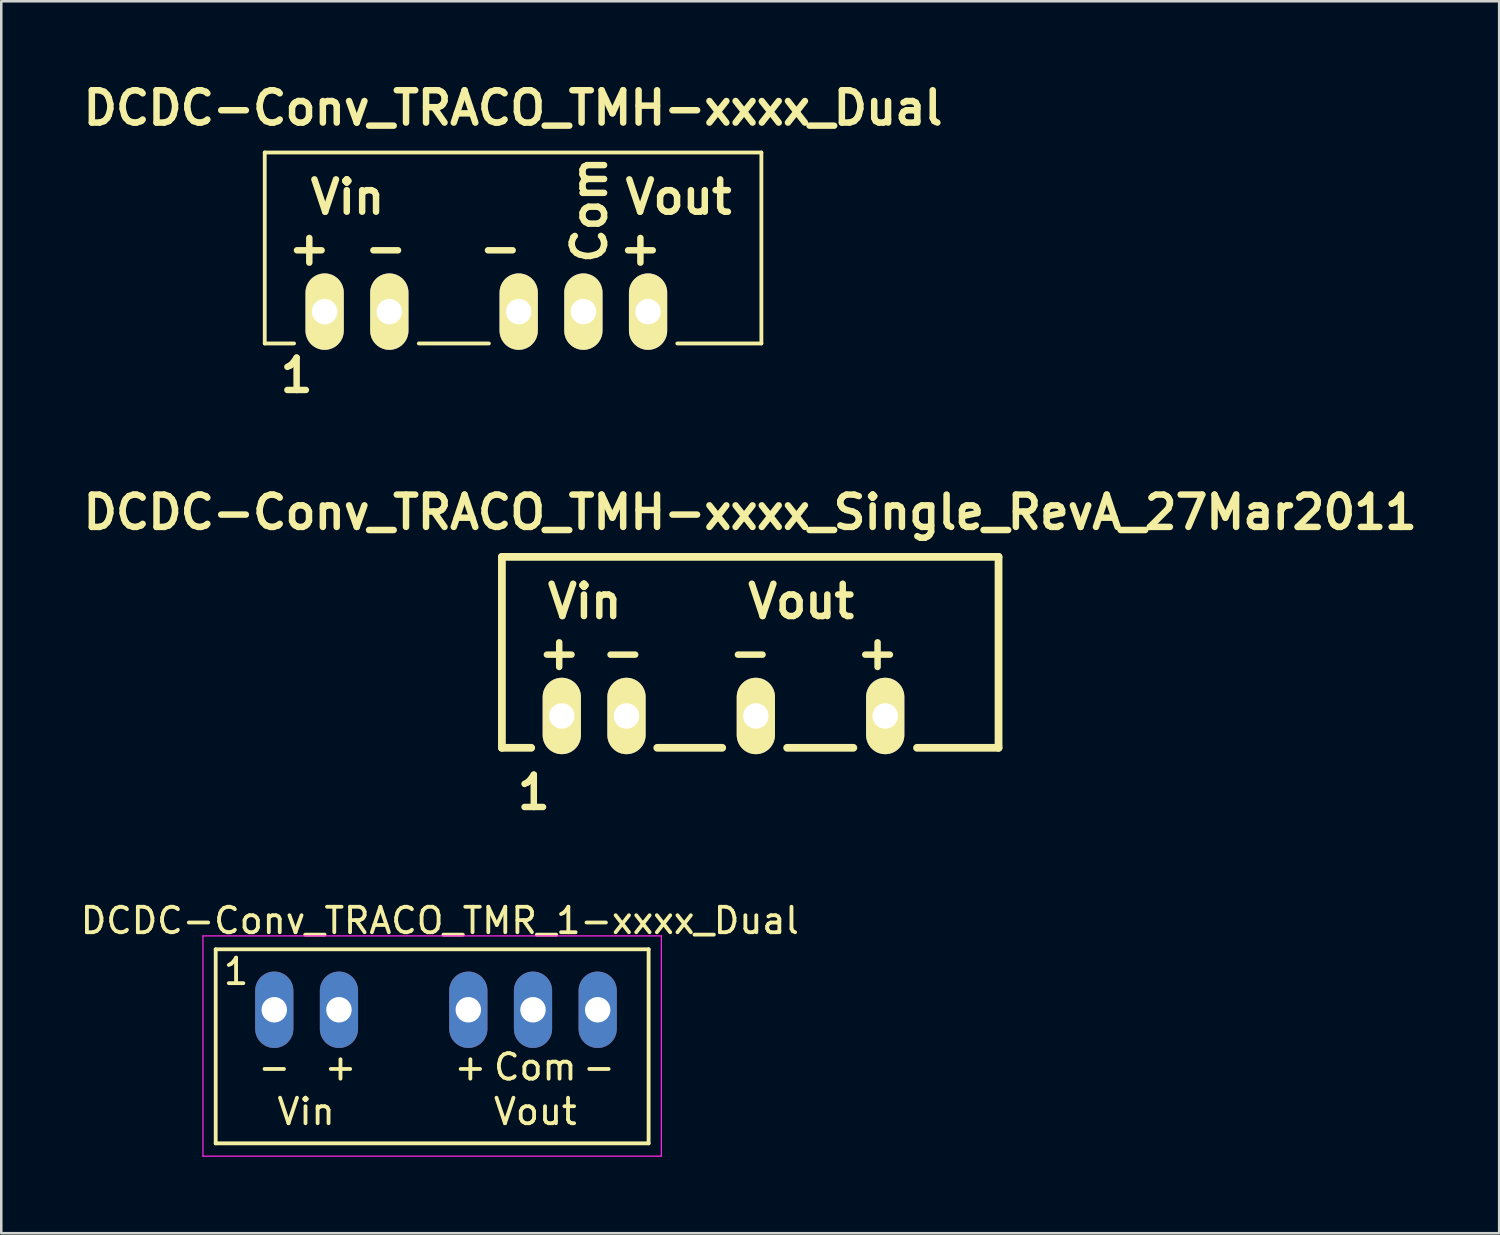
<source format=kicad_pcb>
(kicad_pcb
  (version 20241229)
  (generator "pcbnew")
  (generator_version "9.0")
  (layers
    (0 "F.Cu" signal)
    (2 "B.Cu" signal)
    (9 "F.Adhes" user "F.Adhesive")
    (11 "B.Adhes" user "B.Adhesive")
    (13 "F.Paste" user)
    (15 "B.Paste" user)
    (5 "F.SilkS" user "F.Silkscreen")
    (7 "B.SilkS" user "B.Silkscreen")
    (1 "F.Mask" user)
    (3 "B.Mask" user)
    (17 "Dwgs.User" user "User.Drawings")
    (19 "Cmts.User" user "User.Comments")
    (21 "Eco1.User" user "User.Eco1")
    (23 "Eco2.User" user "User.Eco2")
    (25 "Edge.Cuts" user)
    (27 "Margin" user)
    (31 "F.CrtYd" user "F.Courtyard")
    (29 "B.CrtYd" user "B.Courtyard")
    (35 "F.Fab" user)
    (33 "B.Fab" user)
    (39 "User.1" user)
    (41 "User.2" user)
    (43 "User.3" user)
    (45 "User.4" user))
  (footprint "DCDC-Conv_TRACO_TMH-xxxx_Dual"
    (layer "F.Cu")
    (at 17.097 6.688)
    (property "Reference" "DCDC-Conv_TRACO_TMH-xxxx_Dual" (at 0 -5.499 0) (layer "F.SilkS") (effects (font (size 1.27 1.27) (thickness 0.254))))
    (attr through_hole)
    (fp_line (start -9.751 -3.749) (end -9.751 3.749) (stroke (width 0.15) (type solid)) (layer "F.SilkS"))
    (fp_line (start -8.6 3.749) (end -9.751 3.749) (stroke (width 0.15) (type solid)) (layer "F.SilkS"))
    (fp_line (start -0.95 3.749) (end -3.701 3.749) (stroke (width 0.15) (type solid)) (layer "F.SilkS"))
    (fp_line (start 9.751 -3.749) (end -9.751 -3.749) (stroke (width 0.15) (type solid)) (layer "F.SilkS"))
    (fp_line (start 9.751 3.749) (end 6.449 3.749) (stroke (width 0.15) (type solid)) (layer "F.SilkS"))
    (fp_line (start 9.751 3.749) (end 9.751 -3.749) (stroke (width 0.15) (type solid)) (layer "F.SilkS"))
    (fp_text user "-" (at -0.5 0 0) (layer "F.SilkS") (effects (font (size 1.27 1.27) (thickness 0.254))))
    (fp_text user "Vout" (at 6.5 -1.999 0) (layer "F.SilkS") (effects (font (size 1.27 1.27) (thickness 0.254))))
    (fp_text user "+" (at 5.001 0 0) (layer "F.SilkS") (effects (font (size 1.27 1.27) (thickness 0.254))))
    (fp_text user "+" (at -8.001 0 0) (layer "F.SilkS") (effects (font (size 1.27 1.27) (thickness 0.254))))
    (fp_text user "1" (at -8.499 5.001 0) (layer "F.SilkS") (effects (font (size 1.27 1.27) (thickness 0.254))))
    (fp_text user "-" (at -5.001 0 0) (layer "F.SilkS") (effects (font (size 1.27 1.27) (thickness 0.254))))
    (fp_text user "Com" (at 3 -1.501 90) (layer "F.SilkS") (effects (font (size 1.27 1.27) (thickness 0.254))))
    (fp_text user "Vin" (at -6.5 -1.999 0) (layer "F.SilkS") (effects (font (size 1.27 1.27) (thickness 0.254))))
    (pad "1" thru_hole oval (at -7.399 2.499) (size 1.501 3) (drill 1.001) (layers "*.Cu" "*.Mask" "F.SilkS"))
    (pad "2" thru_hole oval (at -4.859 2.499) (size 1.501 3) (drill 1.001) (layers "*.Cu" "*.Mask" "F.SilkS"))
    (pad "4" thru_hole oval (at 0.221 2.499) (size 1.501 3) (drill 1.001) (layers "*.Cu" "*.Mask" "F.SilkS"))
    (pad "5" thru_hole oval (at 2.761 2.499) (size 1.501 3) (drill 1.001) (layers "*.Cu" "*.Mask" "F.SilkS"))
    (pad "6" thru_hole oval (at 5.301 2.499) (size 1.501 3) (drill 1.001) (layers "*.Cu" "*.Mask" "F.SilkS")))
  (footprint "DCDC-Conv_TRACO_TMH-xxxx_Single_RevA_27Mar2011"
    (layer "F.Cu")
    (at 26.41 22.566)
    (property "Reference" "DCDC-Conv_TRACO_TMH-xxxx_Single_RevA_27Mar2011" (at 0 -5.499 0) (layer "F.SilkS") (effects (font (size 1.27 1.27) (thickness 0.254))))
    (attr through_hole)
    (fp_line (start -9.751 -3.749) (end -9.751 3.749) (stroke (width 0.305) (type solid)) (layer "F.SilkS"))
    (fp_line (start -8.6 3.749) (end -9.751 3.749) (stroke (width 0.305) (type solid)) (layer "F.SilkS"))
    (fp_line (start -1.1 3.749) (end -3.65 3.749) (stroke (width 0.305) (type solid)) (layer "F.SilkS"))
    (fp_line (start 4.049 3.749) (end 1.45 3.749) (stroke (width 0.305) (type solid)) (layer "F.SilkS"))
    (fp_line (start 9.751 -3.749) (end -9.751 -3.749) (stroke (width 0.305) (type solid)) (layer "F.SilkS"))
    (fp_line (start 9.751 3.749) (end 6.551 3.749) (stroke (width 0.305) (type solid)) (layer "F.SilkS"))
    (fp_line (start 9.751 3.749) (end 9.751 -3.749) (stroke (width 0.305) (type solid)) (layer "F.SilkS"))
    (fp_text user "-" (at -5.001 0 0) (layer "F.SilkS") (effects (font (size 1.27 1.27) (thickness 0.254))))
    (fp_text user "Vout" (at 1.999 -1.999 0) (layer "F.SilkS") (effects (font (size 1.27 1.27) (thickness 0.254))))
    (fp_text user "+" (at 5.001 0 0) (layer "F.SilkS") (effects (font (size 1.27 1.27) (thickness 0.254))))
    (fp_text user "-" (at 0 0 0) (layer "F.SilkS") (effects (font (size 1.27 1.27) (thickness 0.254))))
    (fp_text user "1" (at -8.499 5.499 0) (layer "F.SilkS") (effects (font (size 1.27 1.27) (thickness 0.254))))
    (fp_text user "Vin" (at -6.5 -1.999 0) (layer "F.SilkS") (effects (font (size 1.27 1.27) (thickness 0.254))))
    (fp_text user "+" (at -7.501 0 0) (layer "F.SilkS") (effects (font (size 1.27 1.27) (thickness 0.254))))
    (pad "1" thru_hole oval (at -7.399 2.499) (size 1.501 3) (drill 1.001) (layers "*.Cu" "*.Mask" "F.SilkS"))
    (pad "2" thru_hole oval (at -4.859 2.499) (size 1.501 3) (drill 1.001) (layers "*.Cu" "*.Mask" "F.SilkS"))
    (pad "4" thru_hole oval (at 0.221 2.499) (size 1.501 3) (drill 1.001) (layers "*.Cu" "*.Mask" "F.SilkS"))
    (pad "6" thru_hole oval (at 5.301 2.499) (size 1.501 3) (drill 1.001) (layers "*.Cu" "*.Mask" "F.SilkS")))
  (footprint "DCDC-Conv_TRACO_TMR_1-xxxx_Dual"
    (layer "F.Cu")
    (at 7.72 36.602)
    (property "Reference" "DCDC-Conv_TRACO_TMR_1-xxxx_Dual" (at 6.5 -3.5 0) (layer "F.SilkS") (effects (font (size 1 1) (thickness 0.15))))
    (attr through_hole)
    (fp_line (start -2.3 -2.375) (end -2.3 5.245) (stroke (width 0.15) (type solid)) (layer "F.SilkS"))
    (fp_line (start 14.7 -2.375) (end -2.3 -2.375) (stroke (width 0.15) (type solid)) (layer "F.SilkS"))
    (fp_line (start 14.7 -2.375) (end 14.7 5.245) (stroke (width 0.15) (type solid)) (layer "F.SilkS"))
    (fp_line (start 14.7 5.245) (end -2.3 5.245) (stroke (width 0.15) (type solid)) (layer "F.SilkS"))
    (fp_line (start -2.8 -2.9) (end -2.8 5.75) (stroke (width 0.05) (type solid)) (layer "F.CrtYd"))
    (fp_line (start -2.8 -2.9) (end 15.2 -2.9) (stroke (width 0.05) (type solid)) (layer "F.CrtYd"))
    (fp_line (start -2.8 5.75) (end 15.2 5.75) (stroke (width 0.05) (type solid)) (layer "F.CrtYd"))
    (fp_line (start 15.2 -2.9) (end 15.2 5.75) (stroke (width 0.05) (type solid)) (layer "F.CrtYd"))
    (fp_text user "+" (at 2.6 2.25 0) (layer "F.SilkS") (effects (font (size 1 1) (thickness 0.15))))
    (fp_text user "-" (at 0 2.25 0) (layer "F.SilkS") (effects (font (size 1 1) (thickness 0.15))))
    (fp_text user "Vin" (at 1.25 4 0) (layer "F.SilkS") (effects (font (size 1 1) (thickness 0.15))))
    (fp_text user "Vout" (at 10.25 4 0) (layer "F.SilkS") (effects (font (size 1 1) (thickness 0.15))))
    (fp_text user "Com" (at 10.25 2.25 180) (layer "F.SilkS") (effects (font (size 1 1) (thickness 0.15))))
    (fp_text user "-" (at 12.75 2.25 0) (layer "F.SilkS") (effects (font (size 1 1) (thickness 0.15))))
    (fp_text user "1" (at -1.5 -1.5 0) (layer "F.SilkS") (effects (font (size 1 1) (thickness 0.15))))
    (fp_text user "+" (at 7.7 2.25 0) (layer "F.SilkS") (effects (font (size 1 1) (thickness 0.15))))
    (pad "1" thru_hole oval (at 0 0) (size 1.5 3) (drill 1) (layers "*.Cu" "*.Mask"))
    (pad "2" thru_hole oval (at 2.54 0) (size 1.5 3) (drill 1) (layers "*.Cu" "*.Mask"))
    (pad "4" thru_hole oval (at 7.62 0) (size 1.5 3) (drill 1) (layers "*.Cu" "*.Mask"))
    (pad "5" thru_hole oval (at 10.16 0) (size 1.5 3) (drill 1) (layers "*.Cu" "*.Mask"))
    (pad "6" thru_hole oval (at 12.7 0) (size 1.5 3) (drill 1) (layers "*.Cu" "*.Mask")))
  (gr_rect
    (start -3 -3)
    (end 55.82 45.377)
    (stroke (width 0.1) (type default))
    (fill no)
    (layer "Edge.Cuts")))
</source>
